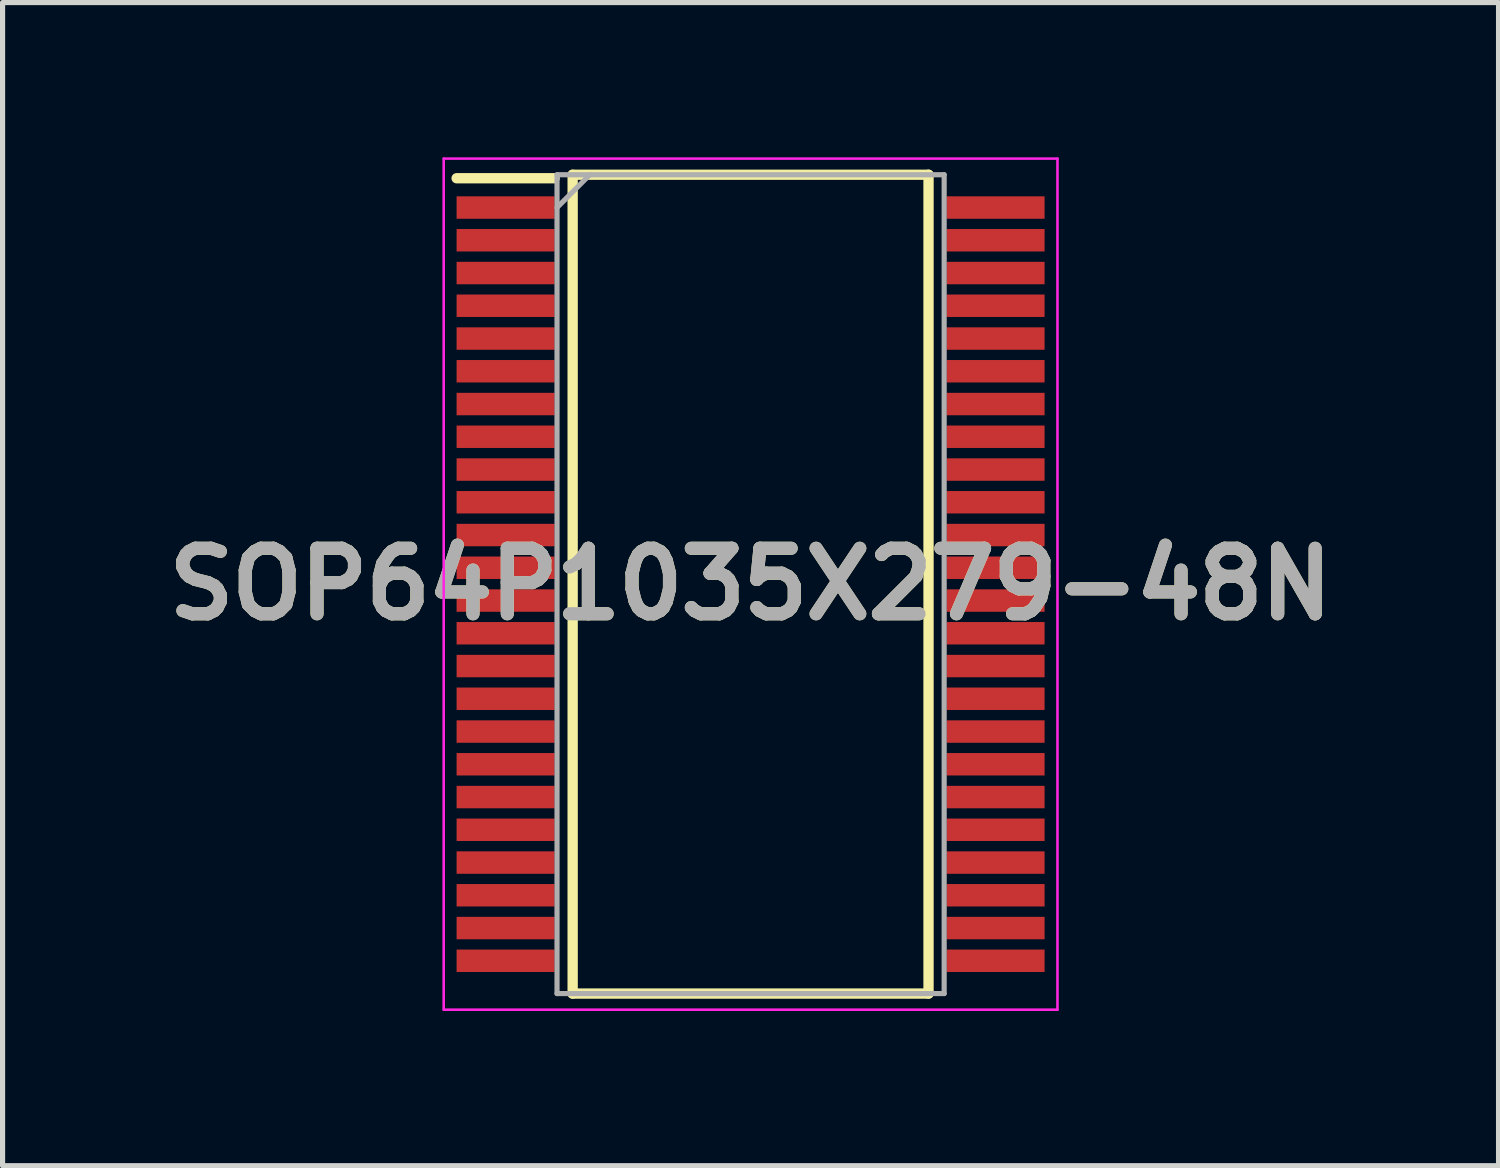
<source format=kicad_pcb>
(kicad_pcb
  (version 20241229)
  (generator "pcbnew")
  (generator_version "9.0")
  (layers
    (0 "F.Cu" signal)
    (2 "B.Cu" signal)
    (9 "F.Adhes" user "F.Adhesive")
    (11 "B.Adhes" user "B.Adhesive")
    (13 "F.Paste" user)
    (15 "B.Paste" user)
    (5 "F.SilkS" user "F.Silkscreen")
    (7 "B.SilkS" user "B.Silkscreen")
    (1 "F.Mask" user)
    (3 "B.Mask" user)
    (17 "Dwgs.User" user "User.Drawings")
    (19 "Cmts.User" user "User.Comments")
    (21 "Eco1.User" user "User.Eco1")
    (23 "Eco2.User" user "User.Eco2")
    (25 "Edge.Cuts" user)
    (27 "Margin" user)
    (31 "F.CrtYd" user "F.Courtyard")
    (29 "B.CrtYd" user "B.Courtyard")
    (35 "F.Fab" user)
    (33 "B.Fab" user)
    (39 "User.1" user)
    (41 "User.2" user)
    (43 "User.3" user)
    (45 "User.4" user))
  (footprint "SOP64P1035X279-48N"
    (layer "F.Cu")
    (at 11.503 8.276)
    (property "Reference" "SOP64P1035X279-48N" (at 0 0 0) (layer "F.SilkS") (effects (font (size 1.27 1.27) (thickness 0.254))))
    (attr smd)
    (fp_line (start -5.7 -7.87) (end -3.8 -7.87) (stroke (width 0.2) (type solid)) (layer "F.SilkS"))
    (fp_line (start -3.45 -7.938) (end 3.45 -7.938) (stroke (width 0.2) (type solid)) (layer "F.SilkS"))
    (fp_line (start -3.45 7.938) (end -3.45 -7.938) (stroke (width 0.2) (type solid)) (layer "F.SilkS"))
    (fp_line (start 3.45 -7.938) (end 3.45 7.938) (stroke (width 0.2) (type solid)) (layer "F.SilkS"))
    (fp_line (start 3.45 7.938) (end -3.45 7.938) (stroke (width 0.2) (type solid)) (layer "F.SilkS"))
    (fp_line (start -5.95 -8.251) (end 5.95 -8.251) (stroke (width 0.05) (type solid)) (layer "F.CrtYd"))
    (fp_line (start -5.95 8.251) (end -5.95 -8.251) (stroke (width 0.05) (type solid)) (layer "F.CrtYd"))
    (fp_line (start 5.95 -8.251) (end 5.95 8.251) (stroke (width 0.05) (type solid)) (layer "F.CrtYd"))
    (fp_line (start 5.95 8.251) (end -5.95 8.251) (stroke (width 0.05) (type solid)) (layer "F.CrtYd"))
    (fp_line (start -3.753 -7.938) (end 3.753 -7.938) (stroke (width 0.1) (type solid)) (layer "F.Fab"))
    (fp_line (start -3.753 -7.302) (end -3.118 -7.938) (stroke (width 0.1) (type solid)) (layer "F.Fab"))
    (fp_line (start -3.753 7.938) (end -3.753 -7.938) (stroke (width 0.1) (type solid)) (layer "F.Fab"))
    (fp_line (start 3.753 -7.938) (end 3.753 7.938) (stroke (width 0.1) (type solid)) (layer "F.Fab"))
    (fp_line (start 3.753 7.938) (end -3.753 7.938) (stroke (width 0.1) (type solid)) (layer "F.Fab"))
    (fp_text user "${REFERENCE}" (at 0 0 0) (layer "F.Fab") (effects (font (size 1.27 1.27) (thickness 0.254))))
    (pad "1" smd rect (at -4.75 -7.302 90) (size 0.435 1.9) (layers "F.Cu" "F.Mask" "F.Paste"))
    (pad "2" smd rect (at -4.75 -6.668 90) (size 0.435 1.9) (layers "F.Cu" "F.Mask" "F.Paste"))
    (pad "3" smd rect (at -4.75 -6.032 90) (size 0.435 1.9) (layers "F.Cu" "F.Mask" "F.Paste"))
    (pad "4" smd rect (at -4.75 -5.398 90) (size 0.435 1.9) (layers "F.Cu" "F.Mask" "F.Paste"))
    (pad "5" smd rect (at -4.75 -4.762 90) (size 0.435 1.9) (layers "F.Cu" "F.Mask" "F.Paste"))
    (pad "6" smd rect (at -4.75 -4.128 90) (size 0.435 1.9) (layers "F.Cu" "F.Mask" "F.Paste"))
    (pad "7" smd rect (at -4.75 -3.492 90) (size 0.435 1.9) (layers "F.Cu" "F.Mask" "F.Paste"))
    (pad "8" smd rect (at -4.75 -2.858 90) (size 0.435 1.9) (layers "F.Cu" "F.Mask" "F.Paste"))
    (pad "9" smd rect (at -4.75 -2.222 90) (size 0.435 1.9) (layers "F.Cu" "F.Mask" "F.Paste"))
    (pad "10" smd rect (at -4.75 -1.588 90) (size 0.435 1.9) (layers "F.Cu" "F.Mask" "F.Paste"))
    (pad "11" smd rect (at -4.75 -0.952 90) (size 0.435 1.9) (layers "F.Cu" "F.Mask" "F.Paste"))
    (pad "12" smd rect (at -4.75 -0.318 90) (size 0.435 1.9) (layers "F.Cu" "F.Mask" "F.Paste"))
    (pad "13" smd rect (at -4.75 0.318 90) (size 0.435 1.9) (layers "F.Cu" "F.Mask" "F.Paste"))
    (pad "14" smd rect (at -4.75 0.952 90) (size 0.435 1.9) (layers "F.Cu" "F.Mask" "F.Paste"))
    (pad "15" smd rect (at -4.75 1.588 90) (size 0.435 1.9) (layers "F.Cu" "F.Mask" "F.Paste"))
    (pad "16" smd rect (at -4.75 2.222 90) (size 0.435 1.9) (layers "F.Cu" "F.Mask" "F.Paste"))
    (pad "17" smd rect (at -4.75 2.858 90) (size 0.435 1.9) (layers "F.Cu" "F.Mask" "F.Paste"))
    (pad "18" smd rect (at -4.75 3.492 90) (size 0.435 1.9) (layers "F.Cu" "F.Mask" "F.Paste"))
    (pad "19" smd rect (at -4.75 4.128 90) (size 0.435 1.9) (layers "F.Cu" "F.Mask" "F.Paste"))
    (pad "20" smd rect (at -4.75 4.762 90) (size 0.435 1.9) (layers "F.Cu" "F.Mask" "F.Paste"))
    (pad "21" smd rect (at -4.75 5.398 90) (size 0.435 1.9) (layers "F.Cu" "F.Mask" "F.Paste"))
    (pad "22" smd rect (at -4.75 6.032 90) (size 0.435 1.9) (layers "F.Cu" "F.Mask" "F.Paste"))
    (pad "23" smd rect (at -4.75 6.668 90) (size 0.435 1.9) (layers "F.Cu" "F.Mask" "F.Paste"))
    (pad "24" smd rect (at -4.75 7.302 90) (size 0.435 1.9) (layers "F.Cu" "F.Mask" "F.Paste"))
    (pad "25" smd rect (at 4.75 7.302 90) (size 0.435 1.9) (layers "F.Cu" "F.Mask" "F.Paste"))
    (pad "26" smd rect (at 4.75 6.668 90) (size 0.435 1.9) (layers "F.Cu" "F.Mask" "F.Paste"))
    (pad "27" smd rect (at 4.75 6.032 90) (size 0.435 1.9) (layers "F.Cu" "F.Mask" "F.Paste"))
    (pad "28" smd rect (at 4.75 5.398 90) (size 0.435 1.9) (layers "F.Cu" "F.Mask" "F.Paste"))
    (pad "29" smd rect (at 4.75 4.762 90) (size 0.435 1.9) (layers "F.Cu" "F.Mask" "F.Paste"))
    (pad "30" smd rect (at 4.75 4.128 90) (size 0.435 1.9) (layers "F.Cu" "F.Mask" "F.Paste"))
    (pad "31" smd rect (at 4.75 3.492 90) (size 0.435 1.9) (layers "F.Cu" "F.Mask" "F.Paste"))
    (pad "32" smd rect (at 4.75 2.858 90) (size 0.435 1.9) (layers "F.Cu" "F.Mask" "F.Paste"))
    (pad "33" smd rect (at 4.75 2.222 90) (size 0.435 1.9) (layers "F.Cu" "F.Mask" "F.Paste"))
    (pad "34" smd rect (at 4.75 1.588 90) (size 0.435 1.9) (layers "F.Cu" "F.Mask" "F.Paste"))
    (pad "35" smd rect (at 4.75 0.952 90) (size 0.435 1.9) (layers "F.Cu" "F.Mask" "F.Paste"))
    (pad "36" smd rect (at 4.75 0.318 90) (size 0.435 1.9) (layers "F.Cu" "F.Mask" "F.Paste"))
    (pad "37" smd rect (at 4.75 -0.318 90) (size 0.435 1.9) (layers "F.Cu" "F.Mask" "F.Paste"))
    (pad "38" smd rect (at 4.75 -0.952 90) (size 0.435 1.9) (layers "F.Cu" "F.Mask" "F.Paste"))
    (pad "39" smd rect (at 4.75 -1.588 90) (size 0.435 1.9) (layers "F.Cu" "F.Mask" "F.Paste"))
    (pad "40" smd rect (at 4.75 -2.222 90) (size 0.435 1.9) (layers "F.Cu" "F.Mask" "F.Paste"))
    (pad "41" smd rect (at 4.75 -2.858 90) (size 0.435 1.9) (layers "F.Cu" "F.Mask" "F.Paste"))
    (pad "42" smd rect (at 4.75 -3.492 90) (size 0.435 1.9) (layers "F.Cu" "F.Mask" "F.Paste"))
    (pad "43" smd rect (at 4.75 -4.128 90) (size 0.435 1.9) (layers "F.Cu" "F.Mask" "F.Paste"))
    (pad "44" smd rect (at 4.75 -4.762 90) (size 0.435 1.9) (layers "F.Cu" "F.Mask" "F.Paste"))
    (pad "45" smd rect (at 4.75 -5.398 90) (size 0.435 1.9) (layers "F.Cu" "F.Mask" "F.Paste"))
    (pad "46" smd rect (at 4.75 -6.032 90) (size 0.435 1.9) (layers "F.Cu" "F.Mask" "F.Paste"))
    (pad "47" smd rect (at 4.75 -6.668 90) (size 0.435 1.9) (layers "F.Cu" "F.Mask" "F.Paste"))
    (pad "48" smd rect (at 4.75 -7.302 90) (size 0.435 1.9) (layers "F.Cu" "F.Mask" "F.Paste")))
  (gr_rect
    (start -3 -3)
    (end 26.005 19.552)
    (stroke (width 0.1) (type default))
    (fill no)
    (layer "Edge.Cuts")))
</source>
